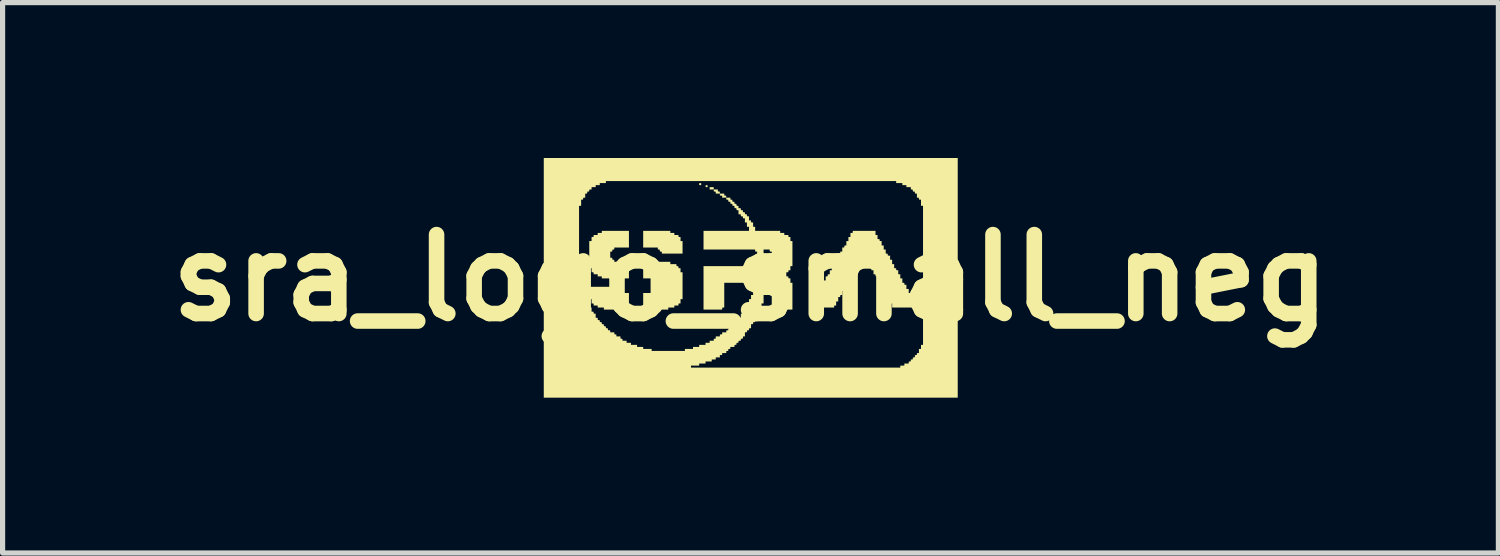
<source format=kicad_pcb>
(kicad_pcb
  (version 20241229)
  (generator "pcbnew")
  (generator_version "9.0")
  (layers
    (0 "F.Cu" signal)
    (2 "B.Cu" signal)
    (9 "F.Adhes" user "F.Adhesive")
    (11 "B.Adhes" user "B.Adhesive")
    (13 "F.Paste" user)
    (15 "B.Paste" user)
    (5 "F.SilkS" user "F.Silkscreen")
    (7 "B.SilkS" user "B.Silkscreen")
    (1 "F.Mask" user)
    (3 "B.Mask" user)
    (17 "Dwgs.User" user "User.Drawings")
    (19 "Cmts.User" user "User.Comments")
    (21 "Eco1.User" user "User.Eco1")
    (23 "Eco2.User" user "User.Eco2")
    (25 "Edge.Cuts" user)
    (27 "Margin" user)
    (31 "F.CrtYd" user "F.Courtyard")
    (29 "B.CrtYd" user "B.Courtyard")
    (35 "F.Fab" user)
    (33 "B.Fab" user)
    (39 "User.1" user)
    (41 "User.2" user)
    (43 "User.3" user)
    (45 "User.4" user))
  (footprint "sra_logo_small_neg"
    (layer "F.Cu")
    (at 11.437 2.313)
    (property "Reference" "sra_logo_small_neg" (at 0 0 0) (layer "F.SilkS") (effects (font (size 1.524 1.524) (thickness 0.3))))
    (attr board_only exclude_from_pos_files exclude_from_bom)
    (fp_poly (pts (xy -0.709 -1.705) (xy -0.788 -1.705) (xy -0.788 -1.75) (xy -0.709 -1.75)) (stroke (width 0) (type solid)) (fill yes) (layer "F.SilkS"))
    (fp_poly (pts (xy -0.957 -1.828) (xy -0.952 -1.823) (xy -0.951 -1.811) (xy -0.951 -1.809) (xy -0.952 -1.796) (xy -0.957 -1.79) (xy -0.969 -1.789) (xy -0.971 -1.789) (xy -0.984 -1.79) (xy -0.989 -1.795) (xy -0.99 -1.808) (xy -0.99 -1.809) (xy -0.989 -1.822) (xy -0.985 -1.828) (xy -0.972 -1.829) (xy -0.971 -1.829)) (stroke (width 0) (type solid)) (fill yes) (layer "F.SilkS"))
    (fp_poly (pts (xy -0.834 -1.788) (xy -0.828 -1.784) (xy -0.827 -1.771) (xy -0.827 -1.77) (xy -0.828 -1.756) (xy -0.833 -1.751) (xy -0.845 -1.75) (xy -0.847 -1.75) (xy -0.86 -1.751) (xy -0.865 -1.756) (xy -0.867 -1.768) (xy -0.867 -1.77) (xy -0.866 -1.783) (xy -0.861 -1.788) (xy -0.848 -1.789) (xy -0.847 -1.789)) (stroke (width 0) (type solid)) (fill yes) (layer "F.SilkS"))
    (fp_poly (pts (xy -0.63 -1.685) (xy -0.629 -1.672) (xy -0.624 -1.667) (xy -0.612 -1.666) (xy -0.611 -1.666) (xy -0.597 -1.665) (xy -0.592 -1.66) (xy -0.591 -1.647) (xy -0.591 -1.646) (xy -0.591 -1.626) (xy -0.67 -1.626) (xy -0.67 -1.646) (xy -0.67 -1.659) (xy -0.675 -1.664) (xy -0.688 -1.666) (xy -0.689 -1.666) (xy -0.703 -1.666) (xy -0.708 -1.671) (xy -0.709 -1.684) (xy -0.709 -1.685) (xy -0.709 -1.705) (xy -0.63 -1.705)) (stroke (width 0) (type solid)) (fill yes) (layer "F.SilkS"))
    (fp_poly (pts (xy -0.506 -1.606) (xy -0.506 -1.593) (xy -0.501 -1.588) (xy -0.488 -1.587) (xy -0.487 -1.587) (xy -0.474 -1.586) (xy -0.468 -1.581) (xy -0.467 -1.569) (xy -0.467 -1.567) (xy -0.467 -1.547) (xy -0.546 -1.547) (xy -0.546 -1.567) (xy -0.546 -1.58) (xy -0.551 -1.585) (xy -0.562 -1.587) (xy -0.568 -1.587) (xy -0.583 -1.587) (xy -0.589 -1.591) (xy -0.591 -1.601) (xy -0.591 -1.606) (xy -0.591 -1.626) (xy -0.506 -1.626)) (stroke (width 0) (type solid)) (fill yes) (layer "F.SilkS"))
    (fp_poly (pts (xy -2.707 0.194) (xy -2.706 0.207) (xy -2.701 0.213) (xy -2.688 0.214) (xy -2.687 0.214) (xy -2.674 0.215) (xy -2.668 0.22) (xy -2.667 0.232) (xy -2.667 0.234) (xy -2.666 0.247) (xy -2.661 0.252) (xy -2.649 0.253) (xy -2.647 0.253) (xy -2.634 0.254) (xy -2.629 0.259) (xy -2.628 0.271) (xy -2.628 0.273) (xy -2.628 0.293) (xy -2.346 0.293) (xy -2.346 0.613) (xy -2.83 0.613) (xy -2.83 0.574) (xy -2.949 0.574) (xy -2.949 0.535) (xy -3.027 0.535) (xy -3.027 0.515) (xy -3.028 0.502) (xy -3.033 0.496) (xy -3.045 0.495) (xy -3.047 0.495) (xy -3.067 0.495) (xy -3.067 0.411) (xy -3.112 0.411) (xy -3.112 0.174) (xy -2.707 0.174)) (stroke (width 0) (type solid)) (fill yes) (layer "F.SilkS"))
    (fp_poly (pts (xy -1.547 -0.867) (xy -1.469 -0.867) (xy -1.469 -0.827) (xy -1.39 -0.827) (xy -1.39 -0.807) (xy -1.389 -0.794) (xy -1.384 -0.789) (xy -1.372 -0.788) (xy -1.37 -0.788) (xy -1.35 -0.788) (xy -1.35 -0.709) (xy -1.311 -0.709) (xy -1.311 -0.467) (xy -1.711 -0.467) (xy -1.711 -0.487) (xy -1.711 -0.5) (xy -1.716 -0.505) (xy -1.729 -0.506) (xy -1.73 -0.506) (xy -1.743 -0.507) (xy -1.749 -0.512) (xy -1.75 -0.525) (xy -1.75 -0.526) (xy -1.751 -0.539) (xy -1.756 -0.545) (xy -1.768 -0.546) (xy -1.77 -0.546) (xy -1.783 -0.547) (xy -1.788 -0.552) (xy -1.789 -0.564) (xy -1.789 -0.566) (xy -1.789 -0.585) (xy -2.071 -0.585) (xy -2.071 -0.906) (xy -1.547 -0.906)) (stroke (width 0) (type solid)) (fill yes) (layer "F.SilkS"))
    (fp_poly (pts (xy -2.346 -0.585) (xy -2.628 -0.585) (xy -2.628 -0.566) (xy -2.629 -0.552) (xy -2.634 -0.547) (xy -2.646 -0.546) (xy -2.647 -0.546) (xy -2.661 -0.545) (xy -2.666 -0.54) (xy -2.667 -0.528) (xy -2.667 -0.526) (xy -2.668 -0.513) (xy -2.673 -0.508) (xy -2.685 -0.506) (xy -2.687 -0.506) (xy -2.707 -0.506) (xy -2.707 -0.388) (xy -2.687 -0.388) (xy -2.674 -0.387) (xy -2.668 -0.382) (xy -2.667 -0.37) (xy -2.667 -0.369) (xy -2.666 -0.355) (xy -2.661 -0.35) (xy -2.649 -0.349) (xy -2.647 -0.349) (xy -2.634 -0.348) (xy -2.629 -0.343) (xy -2.628 -0.331) (xy -2.628 -0.329) (xy -2.628 -0.309) (xy -2.346 -0.309) (xy -2.346 0.011) (xy -2.87 0.011) (xy -2.87 -0.028) (xy -2.949 -0.028) (xy -2.949 -0.068) (xy -3.027 -0.068) (xy -3.027 -0.087) (xy -3.028 -0.1) (xy -3.033 -0.106) (xy -3.045 -0.107) (xy -3.047 -0.107) (xy -3.067 -0.107) (xy -3.067 -0.186) (xy -3.112 -0.186) (xy -3.112 -0.709) (xy -3.067 -0.709) (xy -3.067 -0.788) (xy -3.047 -0.788) (xy -3.034 -0.789) (xy -3.028 -0.794) (xy -3.027 -0.806) (xy -3.027 -0.807) (xy -3.027 -0.827) (xy -2.949 -0.827) (xy -2.949 -0.867) (xy -2.87 -0.867) (xy -2.87 -0.906) (xy -2.346 -0.906)) (stroke (width 0) (type solid)) (fill yes) (layer "F.SilkS"))
    (fp_poly (pts (xy -1.547 -0.264) (xy -1.429 -0.264) (xy -1.429 -0.245) (xy -1.428 -0.232) (xy -1.423 -0.226) (xy -1.411 -0.225) (xy -1.41 -0.225) (xy -1.396 -0.224) (xy -1.391 -0.219) (xy -1.39 -0.207) (xy -1.39 -0.205) (xy -1.389 -0.192) (xy -1.384 -0.187) (xy -1.372 -0.186) (xy -1.37 -0.186) (xy -1.35 -0.186) (xy -1.35 -0.107) (xy -1.311 -0.107) (xy -1.311 0.411) (xy -1.35 0.411) (xy -1.35 0.495) (xy -1.37 0.495) (xy -1.383 0.496) (xy -1.389 0.501) (xy -1.39 0.513) (xy -1.39 0.515) (xy -1.39 0.535) (xy -1.469 0.535) (xy -1.469 0.574) (xy -1.587 0.574) (xy -1.587 0.613) (xy -2.071 0.613) (xy -2.071 0.293) (xy -1.789 0.293) (xy -1.789 0.273) (xy -1.788 0.26) (xy -1.784 0.254) (xy -1.771 0.253) (xy -1.77 0.253) (xy -1.75 0.253) (xy -1.75 0.174) (xy -1.711 0.174) (xy -1.711 0.096) (xy -1.73 0.096) (xy -1.743 0.095) (xy -1.748 0.091) (xy -1.75 0.08) (xy -1.75 0.073) (xy -1.751 0.059) (xy -1.754 0.052) (xy -1.764 0.051) (xy -1.77 0.051) (xy -1.783 0.05) (xy -1.788 0.045) (xy -1.789 0.032) (xy -1.789 0.031) (xy -1.789 0.011) (xy -2.071 0.011) (xy -2.071 -0.309) (xy -1.547 -0.309)) (stroke (width 0) (type solid)) (fill yes) (layer "F.SilkS"))
    (fp_poly (pts (xy 2.414 -0.827) (xy 2.453 -0.827) (xy 2.453 -0.748) (xy 2.473 -0.748) (xy 2.486 -0.748) (xy 2.492 -0.743) (xy 2.493 -0.73) (xy 2.493 -0.729) (xy 2.494 -0.715) (xy 2.499 -0.71) (xy 2.511 -0.709) (xy 2.512 -0.709) (xy 2.532 -0.709) (xy 2.532 -0.625) (xy 2.572 -0.625) (xy 2.572 -0.546) (xy 2.611 -0.546) (xy 2.611 -0.467) (xy 2.631 -0.467) (xy 2.644 -0.466) (xy 2.649 -0.461) (xy 2.65 -0.449) (xy 2.65 -0.447) (xy 2.651 -0.435) (xy 2.655 -0.429) (xy 2.666 -0.428) (xy 2.673 -0.428) (xy 2.695 -0.428) (xy 2.695 -0.349) (xy 2.735 -0.349) (xy 2.735 -0.264) (xy 2.774 -0.264) (xy 2.774 -0.186) (xy 2.794 -0.186) (xy 2.807 -0.185) (xy 2.812 -0.18) (xy 2.813 -0.167) (xy 2.813 -0.166) (xy 2.814 -0.153) (xy 2.819 -0.147) (xy 2.832 -0.146) (xy 2.833 -0.146) (xy 2.853 -0.146) (xy 2.853 -0.068) (xy 2.892 -0.068) (xy 2.892 0.011) (xy 2.932 0.011) (xy 2.932 0.096) (xy 2.951 0.096) (xy 2.965 0.097) (xy 2.97 0.101) (xy 2.971 0.114) (xy 2.971 0.115) (xy 2.972 0.129) (xy 2.977 0.134) (xy 2.989 0.135) (xy 2.991 0.135) (xy 3.01 0.135) (xy 3.01 0.214) (xy 3.055 0.214) (xy 3.055 0.293) (xy 3.095 0.293) (xy 3.095 0.371) (xy 3.115 0.371) (xy 3.128 0.372) (xy 3.133 0.377) (xy 3.134 0.39) (xy 3.134 0.391) (xy 3.135 0.404) (xy 3.14 0.41) (xy 3.152 0.411) (xy 3.154 0.411) (xy 3.174 0.411) (xy 3.174 0.495) (xy 3.213 0.495) (xy 3.213 0.574) (xy 2.735 0.574) (xy 2.735 0.495) (xy 2.695 0.495) (xy 2.695 0.411) (xy 2.65 0.411) (xy 2.65 0.332) (xy 2.611 0.332) (xy 2.611 0.253) (xy 2.591 0.253) (xy 2.578 0.252) (xy 2.573 0.247) (xy 2.572 0.235) (xy 2.572 0.234) (xy 2.571 0.22) (xy 2.566 0.215) (xy 2.553 0.214) (xy 2.552 0.214) (xy 2.532 0.214) (xy 2.532 0.135) (xy 2.493 0.135) (xy 2.493 0.051) (xy 2.453 0.051) (xy 2.453 -0.028) (xy 2.434 -0.028) (xy 2.42 -0.029) (xy 2.415 -0.034) (xy 2.414 -0.046) (xy 2.414 -0.048) (xy 2.413 -0.061) (xy 2.408 -0.066) (xy 2.396 -0.068) (xy 2.394 -0.068) (xy 2.375 -0.068) (xy 2.375 -0.146) (xy 2.335 -0.146) (xy 2.335 -0.225) (xy 2.29 -0.225) (xy 2.29 -0.309) (xy 2.27 -0.309) (xy 2.257 -0.31) (xy 2.252 -0.315) (xy 2.251 -0.328) (xy 2.251 -0.329) (xy 2.25 -0.342) (xy 2.245 -0.348) (xy 2.233 -0.349) (xy 2.231 -0.349) (xy 2.211 -0.349) (xy 2.211 -0.428) (xy 2.192 -0.428) (xy 2.178 -0.427) (xy 2.173 -0.422) (xy 2.172 -0.409) (xy 2.172 -0.408) (xy 2.171 -0.395) (xy 2.166 -0.389) (xy 2.154 -0.388) (xy 2.152 -0.388) (xy 2.133 -0.388) (xy 2.133 -0.309) (xy 2.093 -0.309) (xy 2.093 -0.225) (xy 2.074 -0.225) (xy 2.06 -0.224) (xy 2.055 -0.219) (xy 2.054 -0.207) (xy 2.054 -0.205) (xy 2.053 -0.192) (xy 2.048 -0.187) (xy 2.036 -0.186) (xy 2.034 -0.186) (xy 2.014 -0.186) (xy 2.014 -0.107) (xy 1.975 -0.107) (xy 1.975 -0.028) (xy 1.93 -0.028) (xy 1.93 0.051) (xy 1.91 0.051) (xy 1.898 0.051) (xy 1.892 0.056) (xy 1.891 0.067) (xy 1.891 0.073) (xy 1.89 0.088) (xy 1.886 0.094) (xy 1.877 0.096) (xy 1.871 0.096) (xy 1.851 0.096) (xy 1.851 0.174) (xy 1.812 0.174) (xy 1.812 0.253) (xy 1.772 0.253) (xy 1.772 0.332) (xy 1.753 0.332) (xy 1.74 0.333) (xy 1.734 0.338) (xy 1.733 0.35) (xy 1.733 0.352) (xy 1.732 0.365) (xy 1.727 0.37) (xy 1.715 0.371) (xy 1.713 0.371) (xy 1.694 0.371) (xy 1.694 0.456) (xy 1.654 0.456) (xy 1.654 0.535) (xy 1.635 0.535) (xy 1.621 0.535) (xy 1.616 0.54) (xy 1.615 0.553) (xy 1.615 0.554) (xy 1.615 0.574) (xy 1.17 0.574) (xy 1.17 0.495) (xy 1.21 0.495) (xy 1.21 0.411) (xy 1.255 0.411) (xy 1.255 0.332) (xy 1.294 0.332) (xy 1.294 0.253) (xy 1.314 0.253) (xy 1.327 0.252) (xy 1.333 0.247) (xy 1.334 0.235) (xy 1.334 0.234) (xy 1.334 0.22) (xy 1.339 0.215) (xy 1.352 0.214) (xy 1.353 0.214) (xy 1.373 0.214) (xy 1.373 0.135) (xy 1.412 0.135) (xy 1.412 0.051) (xy 1.452 0.051) (xy 1.452 -0.028) (xy 1.471 -0.028) (xy 1.485 -0.029) (xy 1.49 -0.034) (xy 1.491 -0.046) (xy 1.491 -0.048) (xy 1.492 -0.061) (xy 1.497 -0.066) (xy 1.509 -0.068) (xy 1.511 -0.068) (xy 1.531 -0.068) (xy 1.531 -0.146) (xy 1.57 -0.146) (xy 1.57 -0.225) (xy 1.615 -0.225) (xy 1.615 -0.309) (xy 1.635 -0.309) (xy 1.648 -0.31) (xy 1.653 -0.315) (xy 1.654 -0.328) (xy 1.654 -0.329) (xy 1.655 -0.342) (xy 1.66 -0.348) (xy 1.673 -0.349) (xy 1.674 -0.349) (xy 1.694 -0.349) (xy 1.694 -0.428) (xy 1.733 -0.428) (xy 1.733 -0.506) (xy 1.772 -0.506) (xy 1.772 -0.585) (xy 1.792 -0.585) (xy 1.805 -0.586) (xy 1.811 -0.591) (xy 1.812 -0.603) (xy 1.812 -0.605) (xy 1.813 -0.618) (xy 1.818 -0.624) (xy 1.83 -0.625) (xy 1.832 -0.625) (xy 1.851 -0.625) (xy 1.851 -0.709) (xy 1.891 -0.709) (xy 1.891 -0.788) (xy 1.93 -0.788) (xy 1.93 -0.867) (xy 1.953 -0.867) (xy 1.967 -0.867) (xy 1.973 -0.871) (xy 1.975 -0.88) (xy 1.975 -0.886) (xy 1.975 -0.906) (xy 2.414 -0.906)) (stroke (width 0) (type solid)) (fill yes) (layer "F.SilkS"))
    (fp_poly (pts (xy 4.001 2.313) (xy -3.99 2.313) (xy -3.99 0.051) (xy -3.309 0.051) (xy -3.269 0.051) (xy -3.269 0.214) (xy -3.23 0.214) (xy -3.23 0.332) (xy -3.19 0.332) (xy -3.19 0.411) (xy -3.151 0.411) (xy -3.151 0.495) (xy -3.112 0.495) (xy -3.112 0.574) (xy -3.067 0.574) (xy -3.067 0.653) (xy -3.047 0.653) (xy -3.034 0.654) (xy -3.028 0.659) (xy -3.027 0.671) (xy -3.027 0.672) (xy -3.026 0.686) (xy -3.022 0.691) (xy -3.009 0.692) (xy -3.008 0.692) (xy -2.988 0.692) (xy -2.988 0.771) (xy -2.968 0.771) (xy -2.956 0.772) (xy -2.95 0.776) (xy -2.949 0.787) (xy -2.949 0.793) (xy -2.948 0.808) (xy -2.944 0.814) (xy -2.935 0.816) (xy -2.929 0.816) (xy -2.916 0.817) (xy -2.91 0.822) (xy -2.909 0.834) (xy -2.909 0.836) (xy -2.908 0.849) (xy -2.903 0.854) (xy -2.891 0.855) (xy -2.889 0.855) (xy -2.876 0.856) (xy -2.871 0.861) (xy -2.87 0.873) (xy -2.87 0.875) (xy -2.869 0.888) (xy -2.864 0.894) (xy -2.852 0.895) (xy -2.85 0.895) (xy -2.837 0.896) (xy -2.831 0.9) (xy -2.83 0.913) (xy -2.83 0.914) (xy -2.829 0.928) (xy -2.825 0.933) (xy -2.812 0.934) (xy -2.811 0.934) (xy -2.797 0.935) (xy -2.792 0.94) (xy -2.791 0.952) (xy -2.791 0.954) (xy -2.79 0.967) (xy -2.785 0.972) (xy -2.773 0.973) (xy -2.771 0.973) (xy -2.758 0.974) (xy -2.753 0.979) (xy -2.752 0.992) (xy -2.752 0.993) (xy -2.751 1.006) (xy -2.747 1.011) (xy -2.736 1.013) (xy -2.729 1.013) (xy -2.715 1.013) (xy -2.708 1.017) (xy -2.707 1.027) (xy -2.707 1.033) (xy -2.707 1.052) (xy -2.628 1.052) (xy -2.628 1.072) (xy -2.627 1.085) (xy -2.622 1.091) (xy -2.61 1.092) (xy -2.608 1.092) (xy -2.595 1.092) (xy -2.589 1.097) (xy -2.588 1.11) (xy -2.588 1.111) (xy -2.588 1.131) (xy -2.51 1.131) (xy -2.51 1.154) (xy -2.509 1.168) (xy -2.505 1.174) (xy -2.496 1.176) (xy -2.49 1.176) (xy -2.477 1.177) (xy -2.471 1.182) (xy -2.47 1.194) (xy -2.47 1.196) (xy -2.47 1.215) (xy -2.391 1.215) (xy -2.391 1.255) (xy -2.307 1.255) (xy -2.307 1.294) (xy -2.189 1.294) (xy -2.189 1.334) (xy -2.071 1.334) (xy -2.071 1.373) (xy -1.908 1.373) (xy -1.908 1.412) (xy -1.266 1.412) (xy -1.266 1.373) (xy -1.109 1.373) (xy -1.109 1.334) (xy -0.99 1.334) (xy -0.99 1.294) (xy -0.867 1.294) (xy -0.867 1.255) (xy -0.788 1.255) (xy -0.788 1.215) (xy -0.709 1.215) (xy -0.709 1.196) (xy -0.708 1.183) (xy -0.703 1.177) (xy -0.691 1.176) (xy -0.689 1.176) (xy -0.677 1.175) (xy -0.671 1.171) (xy -0.67 1.16) (xy -0.67 1.154) (xy -0.67 1.131) (xy -0.591 1.131) (xy -0.591 1.111) (xy -0.59 1.099) (xy -0.586 1.093) (xy -0.575 1.092) (xy -0.568 1.092) (xy -0.554 1.091) (xy -0.548 1.087) (xy -0.546 1.078) (xy -0.546 1.072) (xy -0.546 1.052) (xy -0.467 1.052) (xy -0.467 1.033) (xy -0.466 1.019) (xy -0.461 1.014) (xy -0.449 1.013) (xy -0.447 1.013) (xy -0.434 1.012) (xy -0.429 1.007) (xy -0.428 0.995) (xy -0.428 0.993) (xy -0.427 0.98) (xy -0.422 0.975) (xy -0.409 0.973) (xy -0.408 0.973) (xy -0.395 0.973) (xy -0.389 0.968) (xy -0.388 0.955) (xy -0.388 0.954) (xy -0.387 0.941) (xy -0.382 0.935) (xy -0.37 0.934) (xy -0.369 0.934) (xy -0.355 0.933) (xy -0.35 0.928) (xy -0.349 0.916) (xy -0.349 0.914) (xy -0.348 0.901) (xy -0.343 0.896) (xy -0.331 0.895) (xy -0.329 0.895) (xy -0.316 0.894) (xy -0.311 0.889) (xy -0.309 0.876) (xy -0.309 0.875) (xy -0.309 0.862) (xy -0.304 0.856) (xy -0.291 0.855) (xy -0.29 0.855) (xy -0.277 0.854) (xy -0.271 0.85) (xy -0.27 0.837) (xy -0.27 0.836) (xy -0.269 0.822) (xy -0.264 0.817) (xy -0.252 0.816) (xy -0.25 0.816) (xy -0.238 0.815) (xy -0.232 0.811) (xy -0.231 0.8) (xy -0.231 0.793) (xy -0.231 0.771) (xy -0.186 0.771) (xy -0.186 0.692) (xy -0.166 0.692) (xy -0.153 0.691) (xy -0.147 0.686) (xy -0.146 0.674) (xy -0.146 0.672) (xy -0.145 0.659) (xy -0.141 0.654) (xy -0.128 0.653) (xy -0.127 0.653) (xy -0.107 0.653) (xy -0.107 0.574) (xy -0.068 0.574) (xy -0.068 0.495) (xy -0.028 0.495) (xy -0.028 0.411) (xy 0.011 0.411) (xy 0.011 0.332) (xy 0.051 0.332) (xy 0.051 0.214) (xy 0.09 0.214) (xy 0.09 0.096) (xy -0.506 0.096) (xy -0.506 0.574) (xy -0.526 0.574) (xy -0.539 0.575) (xy -0.545 0.58) (xy -0.546 0.592) (xy -0.546 0.594) (xy -0.546 0.613) (xy -0.906 0.613) (xy -0.906 -0.225) (xy 0.129 -0.225) (xy 0.129 -0.428) (xy 0.253 -0.428) (xy 0.293 -0.428) (xy 0.293 -0.225) (xy 0.312 -0.225) (xy 0.325 -0.226) (xy 0.331 -0.231) (xy 0.332 -0.243) (xy 0.332 -0.245) (xy 0.333 -0.258) (xy 0.338 -0.263) (xy 0.35 -0.264) (xy 0.352 -0.264) (xy 0.364 -0.265) (xy 0.37 -0.269) (xy 0.371 -0.28) (xy 0.371 -0.287) (xy 0.372 -0.301) (xy 0.376 -0.308) (xy 0.385 -0.309) (xy 0.391 -0.309) (xy 0.411 -0.309) (xy 0.411 -0.506) (xy 0.391 -0.506) (xy 0.378 -0.507) (xy 0.372 -0.512) (xy 0.371 -0.525) (xy 0.371 -0.526) (xy 0.371 -0.546) (xy 0.253 -0.546) (xy 0.253 -0.428) (xy 0.129 -0.428) (xy 0.129 -0.506) (xy 0.11 -0.506) (xy 0.097 -0.507) (xy 0.091 -0.512) (xy 0.09 -0.525) (xy 0.09 -0.526) (xy 0.09 -0.546) (xy -0.906 -0.546) (xy -0.906 -0.906) (xy -0.028 -0.906) (xy -0.028 -0.985) (xy -0.068 -0.985) (xy -0.068 -1.069) (xy -0.107 -1.069) (xy -0.107 -1.148) (xy -0.127 -1.148) (xy -0.14 -1.149) (xy -0.145 -1.154) (xy -0.146 -1.166) (xy -0.146 -1.168) (xy -0.147 -1.181) (xy -0.152 -1.186) (xy -0.164 -1.187) (xy -0.166 -1.187) (xy -0.179 -1.188) (xy -0.185 -1.193) (xy -0.186 -1.205) (xy -0.186 -1.207) (xy -0.186 -1.22) (xy -0.191 -1.225) (xy -0.202 -1.227) (xy -0.208 -1.227) (xy -0.231 -1.227) (xy -0.231 -1.305) (xy -0.25 -1.305) (xy -0.264 -1.306) (xy -0.269 -1.311) (xy -0.27 -1.324) (xy -0.27 -1.325) (xy -0.271 -1.338) (xy -0.276 -1.344) (xy -0.288 -1.345) (xy -0.29 -1.345) (xy -0.302 -1.346) (xy -0.308 -1.35) (xy -0.309 -1.361) (xy -0.309 -1.367) (xy -0.31 -1.382) (xy -0.314 -1.388) (xy -0.323 -1.39) (xy -0.329 -1.39) (xy -0.342 -1.391) (xy -0.348 -1.396) (xy -0.349 -1.408) (xy -0.349 -1.41) (xy -0.35 -1.423) (xy -0.355 -1.428) (xy -0.367 -1.429) (xy -0.369 -1.429) (xy -0.382 -1.43) (xy -0.387 -1.435) (xy -0.388 -1.447) (xy -0.388 -1.449) (xy -0.389 -1.462) (xy -0.394 -1.468) (xy -0.406 -1.469) (xy -0.408 -1.469) (xy -0.421 -1.47) (xy -0.427 -1.474) (xy -0.428 -1.487) (xy -0.428 -1.488) (xy -0.429 -1.502) (xy -0.433 -1.507) (xy -0.446 -1.508) (xy -0.447 -1.508) (xy -0.461 -1.509) (xy -0.466 -1.514) (xy -0.467 -1.526) (xy -0.467 -1.528) (xy -0.467 -1.547) (xy -0.388 -1.547) (xy -0.388 -1.528) (xy -0.387 -1.515) (xy -0.382 -1.509) (xy -0.37 -1.508) (xy -0.369 -1.508) (xy -0.355 -1.507) (xy -0.35 -1.502) (xy -0.349 -1.49) (xy -0.349 -1.488) (xy -0.348 -1.475) (xy -0.343 -1.47) (xy -0.331 -1.469) (xy -0.329 -1.469) (xy -0.316 -1.468) (xy -0.311 -1.463) (xy -0.309 -1.45) (xy -0.309 -1.449) (xy -0.309 -1.436) (xy -0.304 -1.43) (xy -0.291 -1.429) (xy -0.29 -1.429) (xy -0.277 -1.428) (xy -0.271 -1.423) (xy -0.27 -1.411) (xy -0.27 -1.41) (xy -0.269 -1.396) (xy -0.264 -1.391) (xy -0.252 -1.39) (xy -0.25 -1.39) (xy -0.238 -1.389) (xy -0.232 -1.385) (xy -0.231 -1.374) (xy -0.231 -1.367) (xy -0.231 -1.345) (xy -0.208 -1.345) (xy -0.194 -1.344) (xy -0.187 -1.341) (xy -0.186 -1.331) (xy -0.186 -1.325) (xy -0.185 -1.312) (xy -0.18 -1.307) (xy -0.167 -1.305) (xy -0.166 -1.305) (xy -0.153 -1.305) (xy -0.147 -1.3) (xy -0.146 -1.287) (xy -0.146 -1.286) (xy -0.145 -1.273) (xy -0.141 -1.267) (xy -0.128 -1.266) (xy -0.127 -1.266) (xy -0.113 -1.265) (xy -0.108 -1.26) (xy -0.107 -1.248) (xy -0.107 -1.246) (xy -0.106 -1.233) (xy -0.101 -1.228) (xy -0.089 -1.227) (xy -0.087 -1.227) (xy -0.074 -1.226) (xy -0.069 -1.221) (xy -0.068 -1.208) (xy -0.068 -1.207) (xy -0.067 -1.194) (xy -0.062 -1.188) (xy -0.049 -1.187) (xy -0.048 -1.187) (xy -0.028 -1.187) (xy -0.028 -1.109) (xy -0.008 -1.109) (xy 0.005 -1.108) (xy 0.01 -1.103) (xy 0.011 -1.09) (xy 0.011 -1.089) (xy 0.012 -1.076) (xy 0.017 -1.07) (xy 0.029 -1.069) (xy 0.031 -1.069) (xy 0.051 -1.069) (xy 0.051 -0.985) (xy 0.09 -0.985) (xy 0.09 -0.906) (xy 0.574 -0.906) (xy 0.574 -0.867) (xy 0.653 -0.867) (xy 0.653 -0.827) (xy 0.732 -0.827) (xy 0.732 -0.807) (xy 0.732 -0.794) (xy 0.737 -0.789) (xy 0.75 -0.788) (xy 0.751 -0.788) (xy 0.771 -0.788) (xy 0.771 -0.709) (xy 0.81 -0.709) (xy 0.81 -0.225) (xy 0.771 -0.225) (xy 0.771 -0.146) (xy 0.751 -0.146) (xy 0.738 -0.145) (xy 0.733 -0.141) (xy 0.732 -0.128) (xy 0.732 -0.127) (xy 0.731 -0.113) (xy 0.726 -0.108) (xy 0.713 -0.107) (xy 0.712 -0.107) (xy 0.692 -0.107) (xy 0.692 -0.028) (xy 0.712 -0.028) (xy 0.725 -0.027) (xy 0.73 -0.022) (xy 0.731 -0.01) (xy 0.732 -0.008) (xy 0.732 0.005) (xy 0.737 0.01) (xy 0.75 0.011) (xy 0.751 0.011) (xy 0.771 0.011) (xy 0.771 0.096) (xy 0.81 0.096) (xy 0.81 0.613) (xy 0.411 0.613) (xy 0.411 0.174) (xy 0.391 0.174) (xy 0.378 0.174) (xy 0.372 0.169) (xy 0.371 0.156) (xy 0.371 0.155) (xy 0.371 0.135) (xy 0.293 0.135) (xy 0.293 0.293) (xy 0.253 0.293) (xy 0.253 0.495) (xy 0.214 0.495) (xy 0.214 0.613) (xy 0.174 0.613) (xy 0.174 0.692) (xy 0.129 0.692) (xy 0.129 0.771) (xy 0.09 0.771) (xy 0.09 0.855) (xy 0.07 0.855) (xy 0.057 0.856) (xy 0.052 0.861) (xy 0.051 0.873) (xy 0.051 0.875) (xy 0.05 0.888) (xy 0.045 0.894) (xy 0.032 0.895) (xy 0.031 0.895) (xy 0.011 0.895) (xy 0.011 0.973) (xy -0.008 0.973) (xy -0.022 0.974) (xy -0.027 0.979) (xy -0.028 0.992) (xy -0.028 0.993) (xy -0.029 1.006) (xy -0.034 1.012) (xy -0.046 1.013) (xy -0.048 1.013) (xy -0.061 1.014) (xy -0.066 1.019) (xy -0.068 1.031) (xy -0.068 1.033) (xy -0.068 1.046) (xy -0.073 1.051) (xy -0.086 1.052) (xy -0.087 1.052) (xy -0.107 1.052) (xy -0.107 1.131) (xy -0.127 1.131) (xy -0.139 1.132) (xy -0.145 1.136) (xy -0.146 1.147) (xy -0.146 1.154) (xy -0.147 1.168) (xy -0.151 1.174) (xy -0.16 1.176) (xy -0.166 1.176) (xy -0.179 1.177) (xy -0.185 1.182) (xy -0.186 1.194) (xy -0.186 1.196) (xy -0.186 1.208) (xy -0.191 1.214) (xy -0.202 1.215) (xy -0.208 1.215) (xy -0.223 1.216) (xy -0.229 1.22) (xy -0.231 1.229) (xy -0.231 1.235) (xy -0.232 1.248) (xy -0.236 1.254) (xy -0.249 1.255) (xy -0.25 1.255) (xy -0.264 1.256) (xy -0.269 1.261) (xy -0.27 1.273) (xy -0.27 1.275) (xy -0.271 1.288) (xy -0.276 1.293) (xy -0.288 1.294) (xy -0.29 1.294) (xy -0.303 1.295) (xy -0.308 1.3) (xy -0.309 1.312) (xy -0.309 1.314) (xy -0.309 1.334) (xy -0.388 1.334) (xy -0.388 1.353) (xy -0.389 1.366) (xy -0.394 1.372) (xy -0.406 1.373) (xy -0.408 1.373) (xy -0.421 1.374) (xy -0.427 1.379) (xy -0.428 1.391) (xy -0.428 1.393) (xy -0.429 1.406) (xy -0.433 1.411) (xy -0.446 1.412) (xy -0.447 1.412) (xy -0.461 1.413) (xy -0.466 1.418) (xy -0.467 1.431) (xy -0.467 1.432) (xy -0.467 1.452) (xy -0.546 1.452) (xy -0.546 1.471) (xy -0.546 1.484) (xy -0.551 1.49) (xy -0.562 1.491) (xy -0.568 1.491) (xy -0.591 1.491) (xy -0.591 1.536) (xy -0.67 1.536) (xy -0.67 1.576) (xy -0.748 1.576) (xy -0.748 1.615) (xy -0.867 1.615) (xy -0.867 1.654) (xy -0.99 1.654) (xy -0.99 1.694) (xy -1.148 1.694) (xy -1.148 1.733) (xy 2.892 1.733) (xy 2.892 1.694) (xy 2.971 1.694) (xy 2.971 1.654) (xy 3.055 1.654) (xy 3.055 1.635) (xy 3.056 1.621) (xy 3.061 1.616) (xy 3.074 1.615) (xy 3.075 1.615) (xy 3.088 1.614) (xy 3.094 1.609) (xy 3.095 1.597) (xy 3.095 1.595) (xy 3.096 1.582) (xy 3.101 1.577) (xy 3.113 1.576) (xy 3.115 1.576) (xy 3.128 1.575) (xy 3.133 1.57) (xy 3.134 1.557) (xy 3.134 1.556) (xy 3.135 1.543) (xy 3.14 1.537) (xy 3.152 1.536) (xy 3.154 1.536) (xy 3.167 1.535) (xy 3.172 1.531) (xy 3.174 1.52) (xy 3.174 1.514) (xy 3.174 1.499) (xy 3.178 1.493) (xy 3.187 1.491) (xy 3.193 1.491) (xy 3.206 1.49) (xy 3.212 1.485) (xy 3.213 1.473) (xy 3.213 1.471) (xy 3.214 1.458) (xy 3.219 1.453) (xy 3.231 1.452) (xy 3.233 1.452) (xy 3.252 1.452) (xy 3.252 1.373) (xy 3.292 1.373) (xy 3.292 1.294) (xy 3.331 1.294) (xy 3.331 -1.39) (xy 3.292 -1.39) (xy 3.292 -1.508) (xy 3.272 -1.508) (xy 3.259 -1.509) (xy 3.253 -1.514) (xy 3.252 -1.526) (xy 3.252 -1.528) (xy 3.251 -1.541) (xy 3.247 -1.546) (xy 3.234 -1.547) (xy 3.233 -1.547) (xy 3.213 -1.547) (xy 3.213 -1.626) (xy 3.193 -1.626) (xy 3.18 -1.627) (xy 3.175 -1.632) (xy 3.174 -1.644) (xy 3.174 -1.646) (xy 3.173 -1.659) (xy 3.168 -1.664) (xy 3.155 -1.666) (xy 3.154 -1.666) (xy 3.141 -1.666) (xy 3.135 -1.671) (xy 3.134 -1.684) (xy 3.134 -1.685) (xy 3.133 -1.698) (xy 3.128 -1.704) (xy 3.116 -1.705) (xy 3.115 -1.705) (xy 3.102 -1.706) (xy 3.096 -1.71) (xy 3.095 -1.721) (xy 3.095 -1.727) (xy 3.095 -1.75) (xy 3.01 -1.75) (xy 3.01 -1.789) (xy 2.932 -1.789) (xy 2.932 -1.829) (xy 2.813 -1.829) (xy 2.813 -1.868) (xy -2.791 -1.868) (xy -2.791 -1.829) (xy -2.909 -1.829) (xy -2.909 -1.789) (xy -2.988 -1.789) (xy -2.988 -1.75) (xy -3.067 -1.75) (xy -3.067 -1.705) (xy -3.089 -1.705) (xy -3.104 -1.704) (xy -3.11 -1.701) (xy -3.112 -1.691) (xy -3.112 -1.685) (xy -3.113 -1.672) (xy -3.117 -1.667) (xy -3.13 -1.666) (xy -3.131 -1.666) (xy -3.145 -1.665) (xy -3.15 -1.66) (xy -3.151 -1.647) (xy -3.151 -1.646) (xy -3.152 -1.633) (xy -3.157 -1.627) (xy -3.169 -1.626) (xy -3.171 -1.626) (xy -3.19 -1.626) (xy -3.19 -1.547) (xy -3.21 -1.547) (xy -3.223 -1.547) (xy -3.229 -1.542) (xy -3.23 -1.529) (xy -3.23 -1.528) (xy -3.231 -1.515) (xy -3.236 -1.509) (xy -3.248 -1.508) (xy -3.25 -1.508) (xy -3.269 -1.508) (xy -3.269 -1.39) (xy -3.309 -1.39) (xy -3.309 0.051) (xy -3.99 0.051) (xy -3.99 -2.313) (xy 4.001 -2.313)) (stroke (width 0) (type solid)) (fill yes) (layer "F.SilkS")))
  (gr_rect
    (start -3 -3)
    (end 25.875 7.625)
    (stroke (width 0.1) (type default))
    (fill no)
    (layer "Edge.Cuts")))
</source>
